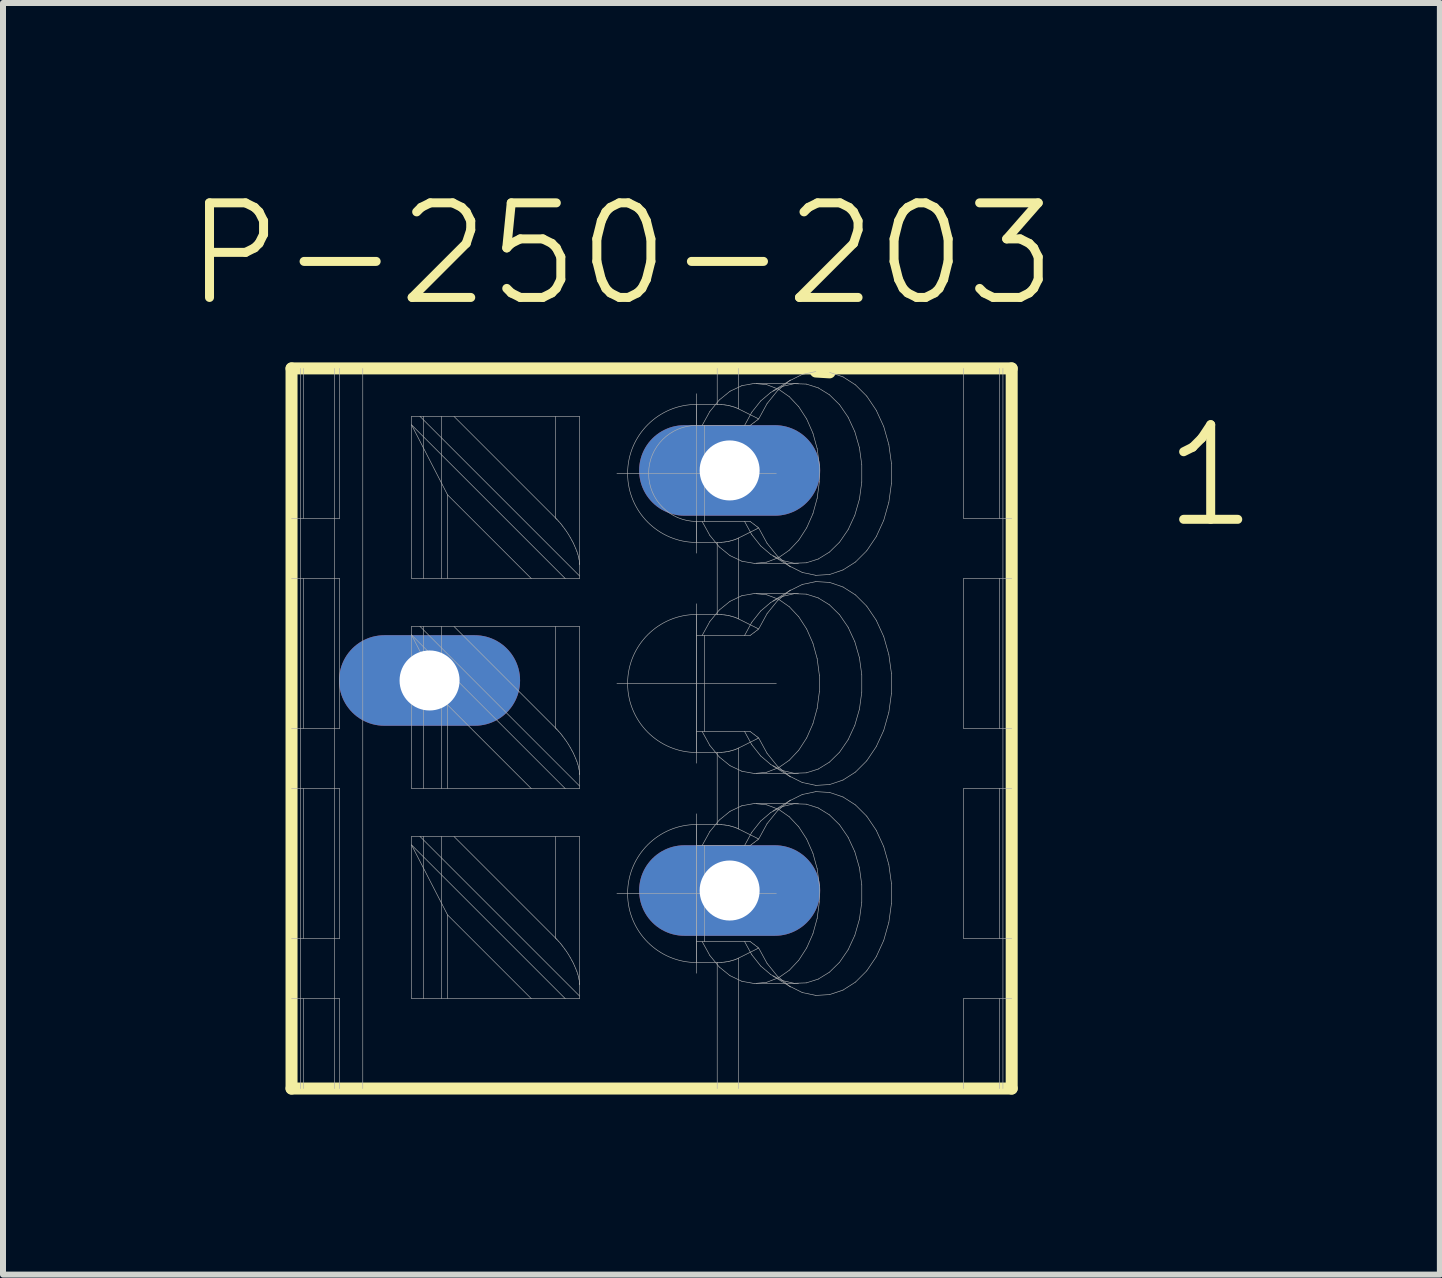
<source format=kicad_pcb>
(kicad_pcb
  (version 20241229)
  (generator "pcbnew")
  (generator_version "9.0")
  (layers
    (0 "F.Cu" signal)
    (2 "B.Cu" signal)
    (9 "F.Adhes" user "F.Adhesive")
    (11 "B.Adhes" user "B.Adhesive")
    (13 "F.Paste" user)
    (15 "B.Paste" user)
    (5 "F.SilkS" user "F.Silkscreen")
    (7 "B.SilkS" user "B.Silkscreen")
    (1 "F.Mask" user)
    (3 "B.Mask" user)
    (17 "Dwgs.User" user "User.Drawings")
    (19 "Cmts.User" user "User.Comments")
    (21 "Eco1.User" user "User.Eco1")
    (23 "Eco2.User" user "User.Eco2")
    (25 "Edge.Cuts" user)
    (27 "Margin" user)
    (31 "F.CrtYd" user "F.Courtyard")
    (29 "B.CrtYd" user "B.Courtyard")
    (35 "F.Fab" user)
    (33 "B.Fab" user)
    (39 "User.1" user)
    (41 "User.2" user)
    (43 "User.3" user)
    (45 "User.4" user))
  (footprint "P-250-203"
    (layer "F.Cu")
    (at 7.808 9.089)
    (property "Reference" "P-250-203" (at -0.5 -7.904 0) (layer "F.SilkS") (effects (font (size 1.576 1.576) (thickness 0.15))))
    (attr through_hole)
    (fp_line (start -6 -6) (end -6 6) (stroke (width 0.2) (type solid)) (layer "F.SilkS"))
    (fp_line (start -6 6) (end 6 6) (stroke (width 0.2) (type solid)) (layer "F.SilkS"))
    (fp_line (start 2.737 -5.948) (end 2.966 -5.934) (stroke (width 0.2) (type solid)) (layer "F.SilkS"))
    (fp_line (start 6 -6) (end -6 -6) (stroke (width 0.2) (type solid)) (layer "F.SilkS"))
    (fp_line (start 6 -6) (end 6 6) (stroke (width 0.2) (type solid)) (layer "F.SilkS"))
    (fp_line (start -6 -3.5) (end -5.2 -3.5) (stroke (width 0.01) (type solid)) (layer "F.Fab"))
    (fp_line (start -6 0) (end -5.2 0) (stroke (width 0.01) (type solid)) (layer "F.Fab"))
    (fp_line (start -6 3.5) (end -5.2 3.5) (stroke (width 0.01) (type solid)) (layer "F.Fab"))
    (fp_line (start -5.85 -6) (end -5.85 6) (stroke (width 0.01) (type solid)) (layer "F.Fab"))
    (fp_line (start -5.8 -6) (end -5.8 -3.5) (stroke (width 0.01) (type solid)) (layer "F.Fab"))
    (fp_line (start -5.8 -2.5) (end -5.8 0) (stroke (width 0.01) (type solid)) (layer "F.Fab"))
    (fp_line (start -5.8 1) (end -5.8 3.5) (stroke (width 0.01) (type solid)) (layer "F.Fab"))
    (fp_line (start -5.8 4.5) (end -5.8 6) (stroke (width 0.01) (type solid)) (layer "F.Fab"))
    (fp_line (start -5.283 -6) (end -5.283 6) (stroke (width 0.01) (type solid)) (layer "F.Fab"))
    (fp_line (start -5.2 -6) (end -5.2 -3.5) (stroke (width 0.01) (type solid)) (layer "F.Fab"))
    (fp_line (start -5.2 -2.5) (end -6 -2.5) (stroke (width 0.01) (type solid)) (layer "F.Fab"))
    (fp_line (start -5.2 -2.5) (end -5.2 0) (stroke (width 0.01) (type solid)) (layer "F.Fab"))
    (fp_line (start -5.2 1) (end -6 1) (stroke (width 0.01) (type solid)) (layer "F.Fab"))
    (fp_line (start -5.2 1) (end -5.2 3.5) (stroke (width 0.01) (type solid)) (layer "F.Fab"))
    (fp_line (start -5.2 4.5) (end -6 4.5) (stroke (width 0.01) (type solid)) (layer "F.Fab"))
    (fp_line (start -5.2 4.5) (end -5.2 6) (stroke (width 0.01) (type solid)) (layer "F.Fab"))
    (fp_line (start -4.813 -6) (end -4.813 6) (stroke (width 0.01) (type solid)) (layer "F.Fab"))
    (fp_line (start -4 -5.2) (end -3.859 -5.2) (stroke (width 0.01) (type solid)) (layer "F.Fab"))
    (fp_line (start -4 -5.059) (end -4 -5.2) (stroke (width 0.01) (type solid)) (layer "F.Fab"))
    (fp_line (start -4 -5.059) (end -1.441 -2.5) (stroke (width 0.01) (type solid)) (layer "F.Fab"))
    (fp_line (start -4 -2.5) (end -4 -5.059) (stroke (width 0.01) (type solid)) (layer "F.Fab"))
    (fp_line (start -4 -1.7) (end -3.859 -1.7) (stroke (width 0.01) (type solid)) (layer "F.Fab"))
    (fp_line (start -4 -1.559) (end -4 -1.7) (stroke (width 0.01) (type solid)) (layer "F.Fab"))
    (fp_line (start -4 -1.559) (end -1.441 1) (stroke (width 0.01) (type solid)) (layer "F.Fab"))
    (fp_line (start -4 1) (end -4 -1.559) (stroke (width 0.01) (type solid)) (layer "F.Fab"))
    (fp_line (start -4 1.8) (end -3.859 1.8) (stroke (width 0.01) (type solid)) (layer "F.Fab"))
    (fp_line (start -4 1.941) (end -4 1.8) (stroke (width 0.01) (type solid)) (layer "F.Fab"))
    (fp_line (start -4 1.941) (end -1.441 4.5) (stroke (width 0.01) (type solid)) (layer "F.Fab"))
    (fp_line (start -4 4.5) (end -4 1.941) (stroke (width 0.01) (type solid)) (layer "F.Fab"))
    (fp_line (start -3.9 -1.125) (end -3.9 -0.375) (stroke (width 0.01) (type solid)) (layer "F.Fab"))
    (fp_line (start -3.859 -5.2) (end -1.2 -5.2) (stroke (width 0.01) (type solid)) (layer "F.Fab"))
    (fp_line (start -3.859 -5.2) (end -1.2 -2.541) (stroke (width 0.01) (type solid)) (layer "F.Fab"))
    (fp_line (start -3.859 -1.7) (end -1.2 -1.7) (stroke (width 0.01) (type solid)) (layer "F.Fab"))
    (fp_line (start -3.859 -1.7) (end -1.2 0.959) (stroke (width 0.01) (type solid)) (layer "F.Fab"))
    (fp_line (start -3.859 1.8) (end -1.2 1.8) (stroke (width 0.01) (type solid)) (layer "F.Fab"))
    (fp_line (start -3.859 1.8) (end -1.2 4.459) (stroke (width 0.01) (type solid)) (layer "F.Fab"))
    (fp_line (start -3.8 -2.5) (end -3.8 -5.2) (stroke (width 0.01) (type solid)) (layer "F.Fab"))
    (fp_line (start -3.8 1) (end -3.8 -1.7) (stroke (width 0.01) (type solid)) (layer "F.Fab"))
    (fp_line (start -3.8 4.5) (end -3.8 1.8) (stroke (width 0.01) (type solid)) (layer "F.Fab"))
    (fp_line (start -3.5 -2.5) (end -3.5 -5.2) (stroke (width 0.01) (type solid)) (layer "F.Fab"))
    (fp_line (start -3.5 -1.125) (end -3.9 -1.125) (stroke (width 0.01) (type solid)) (layer "F.Fab"))
    (fp_line (start -3.5 -0.375) (end -3.9 -0.375) (stroke (width 0.01) (type solid)) (layer "F.Fab"))
    (fp_line (start -3.5 1) (end -3.5 -1.7) (stroke (width 0.01) (type solid)) (layer "F.Fab"))
    (fp_line (start -3.5 4.5) (end -3.5 1.8) (stroke (width 0.01) (type solid)) (layer "F.Fab"))
    (fp_line (start -3.4 -3.893) (end -4 -5.059) (stroke (width 0.01) (type solid)) (layer "F.Fab"))
    (fp_line (start -3.4 -2.5) (end -3.4 -3.893) (stroke (width 0.01) (type solid)) (layer "F.Fab"))
    (fp_line (start -3.4 -0.393) (end -4 -1.559) (stroke (width 0.01) (type solid)) (layer "F.Fab"))
    (fp_line (start -3.4 1) (end -3.4 -0.393) (stroke (width 0.01) (type solid)) (layer "F.Fab"))
    (fp_line (start -3.4 3.107) (end -4 1.941) (stroke (width 0.01) (type solid)) (layer "F.Fab"))
    (fp_line (start -3.4 4.5) (end -3.4 3.107) (stroke (width 0.01) (type solid)) (layer "F.Fab"))
    (fp_line (start -3.293 -5.2) (end -1.6 -3.507) (stroke (width 0.01) (type solid)) (layer "F.Fab"))
    (fp_line (start -3.293 -1.7) (end -1.6 -0.007) (stroke (width 0.01) (type solid)) (layer "F.Fab"))
    (fp_line (start -3.293 1.8) (end -1.6 3.493) (stroke (width 0.01) (type solid)) (layer "F.Fab"))
    (fp_line (start -2.007 -2.5) (end -4 -2.5) (stroke (width 0.01) (type solid)) (layer "F.Fab"))
    (fp_line (start -2.007 -2.5) (end -3.4 -3.893) (stroke (width 0.01) (type solid)) (layer "F.Fab"))
    (fp_line (start -2.007 1) (end -4 1) (stroke (width 0.01) (type solid)) (layer "F.Fab"))
    (fp_line (start -2.007 1) (end -3.4 -0.393) (stroke (width 0.01) (type solid)) (layer "F.Fab"))
    (fp_line (start -2.007 4.5) (end -4 4.5) (stroke (width 0.01) (type solid)) (layer "F.Fab"))
    (fp_line (start -2.007 4.5) (end -3.4 3.107) (stroke (width 0.01) (type solid)) (layer "F.Fab"))
    (fp_line (start -1.6 -3.507) (end -1.6 -5.2) (stroke (width 0.01) (type solid)) (layer "F.Fab"))
    (fp_line (start -1.6 -0.007) (end -1.6 -1.7) (stroke (width 0.01) (type solid)) (layer "F.Fab"))
    (fp_line (start -1.6 3.493) (end -1.6 1.8) (stroke (width 0.01) (type solid)) (layer "F.Fab"))
    (fp_line (start -1.597 -3.504) (end -1.6 -3.507) (stroke (width 0.01) (type solid)) (layer "F.Fab"))
    (fp_line (start -1.597 -0.004) (end -1.6 -0.007) (stroke (width 0.01) (type solid)) (layer "F.Fab"))
    (fp_line (start -1.597 3.496) (end -1.6 3.493) (stroke (width 0.01) (type solid)) (layer "F.Fab"))
    (fp_line (start -1.591 -3.498) (end -1.597 -3.504) (stroke (width 0.01) (type solid)) (layer "F.Fab"))
    (fp_line (start -1.591 0.002) (end -1.597 -0.004) (stroke (width 0.01) (type solid)) (layer "F.Fab"))
    (fp_line (start -1.591 3.502) (end -1.597 3.496) (stroke (width 0.01) (type solid)) (layer "F.Fab"))
    (fp_line (start -1.583 -3.489) (end -1.591 -3.498) (stroke (width 0.01) (type solid)) (layer "F.Fab"))
    (fp_line (start -1.583 0.011) (end -1.591 0.002) (stroke (width 0.01) (type solid)) (layer "F.Fab"))
    (fp_line (start -1.583 3.511) (end -1.591 3.502) (stroke (width 0.01) (type solid)) (layer "F.Fab"))
    (fp_line (start -1.58 -3.486) (end -1.583 -3.489) (stroke (width 0.01) (type solid)) (layer "F.Fab"))
    (fp_line (start -1.58 0.014) (end -1.583 0.011) (stroke (width 0.01) (type solid)) (layer "F.Fab"))
    (fp_line (start -1.58 3.514) (end -1.583 3.511) (stroke (width 0.01) (type solid)) (layer "F.Fab"))
    (fp_line (start -1.568 -3.474) (end -1.58 -3.486) (stroke (width 0.01) (type solid)) (layer "F.Fab"))
    (fp_line (start -1.568 0.026) (end -1.58 0.014) (stroke (width 0.01) (type solid)) (layer "F.Fab"))
    (fp_line (start -1.568 3.526) (end -1.58 3.514) (stroke (width 0.01) (type solid)) (layer "F.Fab"))
    (fp_line (start -1.548 -3.452) (end -1.568 -3.474) (stroke (width 0.01) (type solid)) (layer "F.Fab"))
    (fp_line (start -1.548 0.048) (end -1.568 0.026) (stroke (width 0.01) (type solid)) (layer "F.Fab"))
    (fp_line (start -1.548 3.548) (end -1.568 3.526) (stroke (width 0.01) (type solid)) (layer "F.Fab"))
    (fp_line (start -1.513 -3.412) (end -1.548 -3.452) (stroke (width 0.01) (type solid)) (layer "F.Fab"))
    (fp_line (start -1.513 0.088) (end -1.548 0.048) (stroke (width 0.01) (type solid)) (layer "F.Fab"))
    (fp_line (start -1.513 3.588) (end -1.548 3.548) (stroke (width 0.01) (type solid)) (layer "F.Fab"))
    (fp_line (start -1.496 -3.391) (end -1.513 -3.412) (stroke (width 0.01) (type solid)) (layer "F.Fab"))
    (fp_line (start -1.496 0.109) (end -1.513 0.088) (stroke (width 0.01) (type solid)) (layer "F.Fab"))
    (fp_line (start -1.496 3.609) (end -1.513 3.588) (stroke (width 0.01) (type solid)) (layer "F.Fab"))
    (fp_line (start -1.48 -3.369) (end -1.496 -3.391) (stroke (width 0.01) (type solid)) (layer "F.Fab"))
    (fp_line (start -1.48 0.131) (end -1.496 0.109) (stroke (width 0.01) (type solid)) (layer "F.Fab"))
    (fp_line (start -1.48 3.631) (end -1.496 3.609) (stroke (width 0.01) (type solid)) (layer "F.Fab"))
    (fp_line (start -1.447 -3.325) (end -1.48 -3.369) (stroke (width 0.01) (type solid)) (layer "F.Fab"))
    (fp_line (start -1.447 0.175) (end -1.48 0.131) (stroke (width 0.01) (type solid)) (layer "F.Fab"))
    (fp_line (start -1.447 3.675) (end -1.48 3.631) (stroke (width 0.01) (type solid)) (layer "F.Fab"))
    (fp_line (start -1.441 -2.5) (end -2.007 -2.5) (stroke (width 0.01) (type solid)) (layer "F.Fab"))
    (fp_line (start -1.441 1) (end -2.007 1) (stroke (width 0.01) (type solid)) (layer "F.Fab"))
    (fp_line (start -1.441 4.5) (end -2.007 4.5) (stroke (width 0.01) (type solid)) (layer "F.Fab"))
    (fp_line (start -1.415 -3.28) (end -1.447 -3.325) (stroke (width 0.01) (type solid)) (layer "F.Fab"))
    (fp_line (start -1.415 0.22) (end -1.447 0.175) (stroke (width 0.01) (type solid)) (layer "F.Fab"))
    (fp_line (start -1.415 3.72) (end -1.447 3.675) (stroke (width 0.01) (type solid)) (layer "F.Fab"))
    (fp_line (start -1.385 -3.233) (end -1.415 -3.28) (stroke (width 0.01) (type solid)) (layer "F.Fab"))
    (fp_line (start -1.385 0.267) (end -1.415 0.22) (stroke (width 0.01) (type solid)) (layer "F.Fab"))
    (fp_line (start -1.385 3.767) (end -1.415 3.72) (stroke (width 0.01) (type solid)) (layer "F.Fab"))
    (fp_line (start -1.357 -3.186) (end -1.385 -3.233) (stroke (width 0.01) (type solid)) (layer "F.Fab"))
    (fp_line (start -1.357 0.314) (end -1.385 0.267) (stroke (width 0.01) (type solid)) (layer "F.Fab"))
    (fp_line (start -1.357 3.814) (end -1.385 3.767) (stroke (width 0.01) (type solid)) (layer "F.Fab"))
    (fp_line (start -1.33 -3.138) (end -1.357 -3.186) (stroke (width 0.01) (type solid)) (layer "F.Fab"))
    (fp_line (start -1.33 0.362) (end -1.357 0.314) (stroke (width 0.01) (type solid)) (layer "F.Fab"))
    (fp_line (start -1.33 3.862) (end -1.357 3.814) (stroke (width 0.01) (type solid)) (layer "F.Fab"))
    (fp_line (start -1.317 -3.114) (end -1.33 -3.138) (stroke (width 0.01) (type solid)) (layer "F.Fab"))
    (fp_line (start -1.317 0.386) (end -1.33 0.362) (stroke (width 0.01) (type solid)) (layer "F.Fab"))
    (fp_line (start -1.317 3.886) (end -1.33 3.862) (stroke (width 0.01) (type solid)) (layer "F.Fab"))
    (fp_line (start -1.305 -3.09) (end -1.317 -3.114) (stroke (width 0.01) (type solid)) (layer "F.Fab"))
    (fp_line (start -1.305 0.41) (end -1.317 0.386) (stroke (width 0.01) (type solid)) (layer "F.Fab"))
    (fp_line (start -1.305 3.91) (end -1.317 3.886) (stroke (width 0.01) (type solid)) (layer "F.Fab"))
    (fp_line (start -1.283 -3.042) (end -1.305 -3.09) (stroke (width 0.01) (type solid)) (layer "F.Fab"))
    (fp_line (start -1.283 0.458) (end -1.305 0.41) (stroke (width 0.01) (type solid)) (layer "F.Fab"))
    (fp_line (start -1.283 3.958) (end -1.305 3.91) (stroke (width 0.01) (type solid)) (layer "F.Fab"))
    (fp_line (start -1.263 -2.995) (end -1.283 -3.042) (stroke (width 0.01) (type solid)) (layer "F.Fab"))
    (fp_line (start -1.263 0.505) (end -1.283 0.458) (stroke (width 0.01) (type solid)) (layer "F.Fab"))
    (fp_line (start -1.263 4.005) (end -1.283 3.958) (stroke (width 0.01) (type solid)) (layer "F.Fab"))
    (fp_line (start -1.245 -2.949) (end -1.263 -2.995) (stroke (width 0.01) (type solid)) (layer "F.Fab"))
    (fp_line (start -1.245 0.551) (end -1.263 0.505) (stroke (width 0.01) (type solid)) (layer "F.Fab"))
    (fp_line (start -1.245 4.051) (end -1.263 4.005) (stroke (width 0.01) (type solid)) (layer "F.Fab"))
    (fp_line (start -1.23 -2.905) (end -1.245 -2.949) (stroke (width 0.01) (type solid)) (layer "F.Fab"))
    (fp_line (start -1.23 0.595) (end -1.245 0.551) (stroke (width 0.01) (type solid)) (layer "F.Fab"))
    (fp_line (start -1.23 4.095) (end -1.245 4.051) (stroke (width 0.01) (type solid)) (layer "F.Fab"))
    (fp_line (start -1.218 -2.862) (end -1.23 -2.905) (stroke (width 0.01) (type solid)) (layer "F.Fab"))
    (fp_line (start -1.218 0.638) (end -1.23 0.595) (stroke (width 0.01) (type solid)) (layer "F.Fab"))
    (fp_line (start -1.218 4.138) (end -1.23 4.095) (stroke (width 0.01) (type solid)) (layer "F.Fab"))
    (fp_line (start -1.214 -2.841) (end -1.218 -2.862) (stroke (width 0.01) (type solid)) (layer "F.Fab"))
    (fp_line (start -1.214 0.659) (end -1.218 0.638) (stroke (width 0.01) (type solid)) (layer "F.Fab"))
    (fp_line (start -1.214 4.159) (end -1.218 4.138) (stroke (width 0.01) (type solid)) (layer "F.Fab"))
    (fp_line (start -1.21 -2.821) (end -1.214 -2.841) (stroke (width 0.01) (type solid)) (layer "F.Fab"))
    (fp_line (start -1.21 0.679) (end -1.214 0.659) (stroke (width 0.01) (type solid)) (layer "F.Fab"))
    (fp_line (start -1.21 4.179) (end -1.214 4.159) (stroke (width 0.01) (type solid)) (layer "F.Fab"))
    (fp_line (start -1.203 -2.783) (end -1.21 -2.821) (stroke (width 0.01) (type solid)) (layer "F.Fab"))
    (fp_line (start -1.203 0.717) (end -1.21 0.679) (stroke (width 0.01) (type solid)) (layer "F.Fab"))
    (fp_line (start -1.203 4.217) (end -1.21 4.179) (stroke (width 0.01) (type solid)) (layer "F.Fab"))
    (fp_line (start -1.201 -2.761) (end -1.203 -2.783) (stroke (width 0.01) (type solid)) (layer "F.Fab"))
    (fp_line (start -1.201 0.739) (end -1.203 0.717) (stroke (width 0.01) (type solid)) (layer "F.Fab"))
    (fp_line (start -1.201 4.239) (end -1.203 4.217) (stroke (width 0.01) (type solid)) (layer "F.Fab"))
    (fp_line (start -1.201 -2.756) (end -1.201 -2.761) (stroke (width 0.01) (type solid)) (layer "F.Fab"))
    (fp_line (start -1.201 0.745) (end -1.201 0.739) (stroke (width 0.01) (type solid)) (layer "F.Fab"))
    (fp_line (start -1.201 4.245) (end -1.201 4.239) (stroke (width 0.01) (type solid)) (layer "F.Fab"))
    (fp_line (start -1.2 -2.75) (end -1.201 -2.756) (stroke (width 0.01) (type solid)) (layer "F.Fab"))
    (fp_line (start -1.2 0.75) (end -1.201 0.745) (stroke (width 0.01) (type solid)) (layer "F.Fab"))
    (fp_line (start -1.2 4.25) (end -1.201 4.245) (stroke (width 0.01) (type solid)) (layer "F.Fab"))
    (fp_line (start -1.2 -2.747) (end -1.2 -2.75) (stroke (width 0.01) (type solid)) (layer "F.Fab"))
    (fp_line (start -1.2 0.753) (end -1.2 0.75) (stroke (width 0.01) (type solid)) (layer "F.Fab"))
    (fp_line (start -1.2 4.253) (end -1.2 4.25) (stroke (width 0.01) (type solid)) (layer "F.Fab"))
    (fp_line (start -1.2 -2.744) (end -1.2 -2.747) (stroke (width 0.01) (type solid)) (layer "F.Fab"))
    (fp_line (start -1.2 0.756) (end -1.2 0.753) (stroke (width 0.01) (type solid)) (layer "F.Fab"))
    (fp_line (start -1.2 4.256) (end -1.2 4.253) (stroke (width 0.01) (type solid)) (layer "F.Fab"))
    (fp_line (start -1.2 -2.738) (end -1.2 -2.744) (stroke (width 0.01) (type solid)) (layer "F.Fab"))
    (fp_line (start -1.2 0.762) (end -1.2 0.756) (stroke (width 0.01) (type solid)) (layer "F.Fab"))
    (fp_line (start -1.2 4.262) (end -1.2 4.256) (stroke (width 0.01) (type solid)) (layer "F.Fab"))
    (fp_line (start -1.2 -5.2) (end -1.2 -2.5) (stroke (width 0.01) (type solid)) (layer "F.Fab"))
    (fp_line (start -1.2 -2.733) (end -1.2 -2.738) (stroke (width 0.01) (type solid)) (layer "F.Fab"))
    (fp_line (start -1.2 -2.73) (end -1.2 -2.733) (stroke (width 0.01) (type solid)) (layer "F.Fab"))
    (fp_line (start -1.2 -2.5) (end -1.441 -2.5) (stroke (width 0.01) (type solid)) (layer "F.Fab"))
    (fp_line (start -1.2 -1.7) (end -1.2 1) (stroke (width 0.01) (type solid)) (layer "F.Fab"))
    (fp_line (start -1.2 0.767) (end -1.2 0.762) (stroke (width 0.01) (type solid)) (layer "F.Fab"))
    (fp_line (start -1.2 0.77) (end -1.2 0.767) (stroke (width 0.01) (type solid)) (layer "F.Fab"))
    (fp_line (start -1.2 1) (end -1.441 1) (stroke (width 0.01) (type solid)) (layer "F.Fab"))
    (fp_line (start -1.2 1.8) (end -1.2 4.5) (stroke (width 0.01) (type solid)) (layer "F.Fab"))
    (fp_line (start -1.2 4.267) (end -1.2 4.262) (stroke (width 0.01) (type solid)) (layer "F.Fab"))
    (fp_line (start -1.2 4.27) (end -1.2 4.267) (stroke (width 0.01) (type solid)) (layer "F.Fab"))
    (fp_line (start -1.2 4.5) (end -1.441 4.5) (stroke (width 0.01) (type solid)) (layer "F.Fab"))
    (fp_line (start -0.578 -4.25) (end 2.078 -4.25) (stroke (width 0.01) (type solid)) (layer "F.Fab"))
    (fp_line (start -0.578 -0.75) (end 2.078 -0.75) (stroke (width 0.01) (type solid)) (layer "F.Fab"))
    (fp_line (start -0.578 2.75) (end 2.078 2.75) (stroke (width 0.01) (type solid)) (layer "F.Fab"))
    (fp_line (start 0.75 -5.4) (end 0.75 -5.05) (stroke (width 0.01) (type solid)) (layer "F.Fab"))
    (fp_line (start 0.75 -5.4) (end 1.093 -5.4) (stroke (width 0.01) (type solid)) (layer "F.Fab"))
    (fp_line (start 0.75 -5.05) (end 1.549 -5.05) (stroke (width 0.01) (type solid)) (layer "F.Fab"))
    (fp_line (start 0.75 -3.45) (end 1.549 -3.45) (stroke (width 0.01) (type solid)) (layer "F.Fab"))
    (fp_line (start 0.75 -3.1) (end 0.75 -3.45) (stroke (width 0.01) (type solid)) (layer "F.Fab"))
    (fp_line (start 0.75 -2.922) (end 0.75 -5.578) (stroke (width 0.01) (type solid)) (layer "F.Fab"))
    (fp_line (start 0.75 -1.9) (end 0.75 -1.55) (stroke (width 0.01) (type solid)) (layer "F.Fab"))
    (fp_line (start 0.75 -1.9) (end 1.093 -1.9) (stroke (width 0.01) (type solid)) (layer "F.Fab"))
    (fp_line (start 0.75 -1.55) (end 0.75 0.05) (stroke (width 0.01) (type solid)) (layer "F.Fab"))
    (fp_line (start 0.75 0.05) (end 0.75 0.4) (stroke (width 0.01) (type solid)) (layer "F.Fab"))
    (fp_line (start 0.75 0.05) (end 1.549 0.05) (stroke (width 0.01) (type solid)) (layer "F.Fab"))
    (fp_line (start 0.75 0.578) (end 0.75 -2.078) (stroke (width 0.01) (type solid)) (layer "F.Fab"))
    (fp_line (start 0.75 1.6) (end 0.75 1.95) (stroke (width 0.01) (type solid)) (layer "F.Fab"))
    (fp_line (start 0.75 1.6) (end 1.093 1.6) (stroke (width 0.01) (type solid)) (layer "F.Fab"))
    (fp_line (start 0.75 1.95) (end 0.75 3.55) (stroke (width 0.01) (type solid)) (layer "F.Fab"))
    (fp_line (start 0.75 3.55) (end 0.75 3.9) (stroke (width 0.01) (type solid)) (layer "F.Fab"))
    (fp_line (start 0.75 3.55) (end 1.549 3.55) (stroke (width 0.01) (type solid)) (layer "F.Fab"))
    (fp_line (start 0.75 4.078) (end 0.75 1.422) (stroke (width 0.01) (type solid)) (layer "F.Fab"))
    (fp_line (start 0.842 -5.05) (end 0.97 -5.282) (stroke (width 0.01) (type solid)) (layer "F.Fab"))
    (fp_line (start 0.842 -1.55) (end 0.97 -1.782) (stroke (width 0.01) (type solid)) (layer "F.Fab"))
    (fp_line (start 0.842 1.95) (end 0.97 1.718) (stroke (width 0.01) (type solid)) (layer "F.Fab"))
    (fp_line (start 0.879 -5.05) (end 0.879 -3.45) (stroke (width 0.01) (type solid)) (layer "F.Fab"))
    (fp_line (start 0.879 -1.55) (end 0.879 0.05) (stroke (width 0.01) (type solid)) (layer "F.Fab"))
    (fp_line (start 0.879 1.95) (end 0.879 3.55) (stroke (width 0.01) (type solid)) (layer "F.Fab"))
    (fp_line (start 0.97 -5.282) (end 1.127 -5.474) (stroke (width 0.01) (type solid)) (layer "F.Fab"))
    (fp_line (start 0.97 -3.218) (end 0.842 -3.45) (stroke (width 0.01) (type solid)) (layer "F.Fab"))
    (fp_line (start 0.97 -1.782) (end 1.127 -1.974) (stroke (width 0.01) (type solid)) (layer "F.Fab"))
    (fp_line (start 0.97 0.282) (end 0.842 0.05) (stroke (width 0.01) (type solid)) (layer "F.Fab"))
    (fp_line (start 0.97 1.718) (end 1.127 1.526) (stroke (width 0.01) (type solid)) (layer "F.Fab"))
    (fp_line (start 0.97 3.782) (end 0.842 3.55) (stroke (width 0.01) (type solid)) (layer "F.Fab"))
    (fp_line (start 1.093 -6) (end 1.093 -5.4) (stroke (width 0.01) (type solid)) (layer "F.Fab"))
    (fp_line (start 1.093 -3.1) (end 0.75 -3.1) (stroke (width 0.01) (type solid)) (layer "F.Fab"))
    (fp_line (start 1.093 -3.1) (end 1.093 -1.9) (stroke (width 0.01) (type solid)) (layer "F.Fab"))
    (fp_line (start 1.093 -3.1) (end 1.104 -3.1) (stroke (width 0.01) (type solid)) (layer "F.Fab"))
    (fp_line (start 1.093 0.4) (end 0.75 0.4) (stroke (width 0.01) (type solid)) (layer "F.Fab"))
    (fp_line (start 1.093 0.4) (end 1.093 1.6) (stroke (width 0.01) (type solid)) (layer "F.Fab"))
    (fp_line (start 1.093 0.4) (end 1.104 0.4) (stroke (width 0.01) (type solid)) (layer "F.Fab"))
    (fp_line (start 1.093 3.9) (end 0.75 3.9) (stroke (width 0.01) (type solid)) (layer "F.Fab"))
    (fp_line (start 1.093 3.9) (end 1.093 6) (stroke (width 0.01) (type solid)) (layer "F.Fab"))
    (fp_line (start 1.093 3.9) (end 1.104 3.9) (stroke (width 0.01) (type solid)) (layer "F.Fab"))
    (fp_line (start 1.1 -4.625) (end 1.1 -3.875) (stroke (width 0.01) (type solid)) (layer "F.Fab"))
    (fp_line (start 1.1 -3.875) (end 1.5 -3.875) (stroke (width 0.01) (type solid)) (layer "F.Fab"))
    (fp_line (start 1.1 2.375) (end 1.1 3.125) (stroke (width 0.01) (type solid)) (layer "F.Fab"))
    (fp_line (start 1.1 3.125) (end 1.5 3.125) (stroke (width 0.01) (type solid)) (layer "F.Fab"))
    (fp_line (start 1.104 -5.4) (end 1.093 -5.4) (stroke (width 0.01) (type solid)) (layer "F.Fab"))
    (fp_line (start 1.104 -3.1) (end 1.126 -3.1) (stroke (width 0.01) (type solid)) (layer "F.Fab"))
    (fp_line (start 1.104 -1.9) (end 1.093 -1.9) (stroke (width 0.01) (type solid)) (layer "F.Fab"))
    (fp_line (start 1.104 0.4) (end 1.126 0.4) (stroke (width 0.01) (type solid)) (layer "F.Fab"))
    (fp_line (start 1.104 1.6) (end 1.093 1.6) (stroke (width 0.01) (type solid)) (layer "F.Fab"))
    (fp_line (start 1.104 3.9) (end 1.126 3.9) (stroke (width 0.01) (type solid)) (layer "F.Fab"))
    (fp_line (start 1.126 -5.399) (end 1.104 -5.4) (stroke (width 0.01) (type solid)) (layer "F.Fab"))
    (fp_line (start 1.126 -3.1) (end 1.147 -3.102) (stroke (width 0.01) (type solid)) (layer "F.Fab"))
    (fp_line (start 1.126 -1.899) (end 1.104 -1.9) (stroke (width 0.01) (type solid)) (layer "F.Fab"))
    (fp_line (start 1.126 0.4) (end 1.147 0.399) (stroke (width 0.01) (type solid)) (layer "F.Fab"))
    (fp_line (start 1.126 1.601) (end 1.104 1.6) (stroke (width 0.01) (type solid)) (layer "F.Fab"))
    (fp_line (start 1.126 3.9) (end 1.147 3.898) (stroke (width 0.01) (type solid)) (layer "F.Fab"))
    (fp_line (start 1.127 -5.474) (end 1.307 -5.62) (stroke (width 0.01) (type solid)) (layer "F.Fab"))
    (fp_line (start 1.127 -3.026) (end 0.97 -3.218) (stroke (width 0.01) (type solid)) (layer "F.Fab"))
    (fp_line (start 1.127 -1.974) (end 1.307 -2.12) (stroke (width 0.01) (type solid)) (layer "F.Fab"))
    (fp_line (start 1.127 0.474) (end 0.97 0.282) (stroke (width 0.01) (type solid)) (layer "F.Fab"))
    (fp_line (start 1.127 1.526) (end 1.307 1.38) (stroke (width 0.01) (type solid)) (layer "F.Fab"))
    (fp_line (start 1.127 3.974) (end 0.97 3.782) (stroke (width 0.01) (type solid)) (layer "F.Fab"))
    (fp_line (start 1.147 -5.399) (end 1.126 -5.399) (stroke (width 0.01) (type solid)) (layer "F.Fab"))
    (fp_line (start 1.147 -3.102) (end 1.158 -3.102) (stroke (width 0.01) (type solid)) (layer "F.Fab"))
    (fp_line (start 1.147 -1.899) (end 1.126 -1.899) (stroke (width 0.01) (type solid)) (layer "F.Fab"))
    (fp_line (start 1.147 0.399) (end 1.158 0.398) (stroke (width 0.01) (type solid)) (layer "F.Fab"))
    (fp_line (start 1.147 1.601) (end 1.126 1.601) (stroke (width 0.01) (type solid)) (layer "F.Fab"))
    (fp_line (start 1.147 3.898) (end 1.158 3.898) (stroke (width 0.01) (type solid)) (layer "F.Fab"))
    (fp_line (start 1.158 -5.398) (end 1.147 -5.399) (stroke (width 0.01) (type solid)) (layer "F.Fab"))
    (fp_line (start 1.158 -3.102) (end 1.169 -3.103) (stroke (width 0.01) (type solid)) (layer "F.Fab"))
    (fp_line (start 1.158 -1.898) (end 1.147 -1.899) (stroke (width 0.01) (type solid)) (layer "F.Fab"))
    (fp_line (start 1.158 0.398) (end 1.169 0.397) (stroke (width 0.01) (type solid)) (layer "F.Fab"))
    (fp_line (start 1.158 1.602) (end 1.147 1.601) (stroke (width 0.01) (type solid)) (layer "F.Fab"))
    (fp_line (start 1.158 3.898) (end 1.169 3.897) (stroke (width 0.01) (type solid)) (layer "F.Fab"))
    (fp_line (start 1.169 -5.397) (end 1.158 -5.398) (stroke (width 0.01) (type solid)) (layer "F.Fab"))
    (fp_line (start 1.169 -3.103) (end 1.19 -3.105) (stroke (width 0.01) (type solid)) (layer "F.Fab"))
    (fp_line (start 1.169 -1.897) (end 1.158 -1.898) (stroke (width 0.01) (type solid)) (layer "F.Fab"))
    (fp_line (start 1.169 0.397) (end 1.19 0.395) (stroke (width 0.01) (type solid)) (layer "F.Fab"))
    (fp_line (start 1.169 1.603) (end 1.158 1.602) (stroke (width 0.01) (type solid)) (layer "F.Fab"))
    (fp_line (start 1.169 3.897) (end 1.19 3.895) (stroke (width 0.01) (type solid)) (layer "F.Fab"))
    (fp_line (start 1.19 -5.395) (end 1.169 -5.397) (stroke (width 0.01) (type solid)) (layer "F.Fab"))
    (fp_line (start 1.19 -3.105) (end 1.212 -3.107) (stroke (width 0.01) (type solid)) (layer "F.Fab"))
    (fp_line (start 1.19 -1.895) (end 1.169 -1.897) (stroke (width 0.01) (type solid)) (layer "F.Fab"))
    (fp_line (start 1.19 0.395) (end 1.212 0.393) (stroke (width 0.01) (type solid)) (layer "F.Fab"))
    (fp_line (start 1.19 1.605) (end 1.169 1.603) (stroke (width 0.01) (type solid)) (layer "F.Fab"))
    (fp_line (start 1.19 3.895) (end 1.212 3.893) (stroke (width 0.01) (type solid)) (layer "F.Fab"))
    (fp_line (start 1.212 -5.393) (end 1.19 -5.395) (stroke (width 0.01) (type solid)) (layer "F.Fab"))
    (fp_line (start 1.212 -3.107) (end 1.233 -3.11) (stroke (width 0.01) (type solid)) (layer "F.Fab"))
    (fp_line (start 1.212 -1.893) (end 1.19 -1.895) (stroke (width 0.01) (type solid)) (layer "F.Fab"))
    (fp_line (start 1.212 0.393) (end 1.233 0.39) (stroke (width 0.01) (type solid)) (layer "F.Fab"))
    (fp_line (start 1.212 1.607) (end 1.19 1.605) (stroke (width 0.01) (type solid)) (layer "F.Fab"))
    (fp_line (start 1.212 3.893) (end 1.233 3.89) (stroke (width 0.01) (type solid)) (layer "F.Fab"))
    (fp_line (start 1.233 -5.39) (end 1.212 -5.393) (stroke (width 0.01) (type solid)) (layer "F.Fab"))
    (fp_line (start 1.233 -3.11) (end 1.254 -3.113) (stroke (width 0.01) (type solid)) (layer "F.Fab"))
    (fp_line (start 1.233 -1.89) (end 1.212 -1.893) (stroke (width 0.01) (type solid)) (layer "F.Fab"))
    (fp_line (start 1.233 0.39) (end 1.254 0.387) (stroke (width 0.01) (type solid)) (layer "F.Fab"))
    (fp_line (start 1.233 1.61) (end 1.212 1.607) (stroke (width 0.01) (type solid)) (layer "F.Fab"))
    (fp_line (start 1.233 3.89) (end 1.254 3.887) (stroke (width 0.01) (type solid)) (layer "F.Fab"))
    (fp_line (start 1.254 -5.387) (end 1.233 -5.39) (stroke (width 0.01) (type solid)) (layer "F.Fab"))
    (fp_line (start 1.254 -3.113) (end 1.274 -3.117) (stroke (width 0.01) (type solid)) (layer "F.Fab"))
    (fp_line (start 1.254 -1.887) (end 1.233 -1.89) (stroke (width 0.01) (type solid)) (layer "F.Fab"))
    (fp_line (start 1.254 0.387) (end 1.274 0.383) (stroke (width 0.01) (type solid)) (layer "F.Fab"))
    (fp_line (start 1.254 1.613) (end 1.233 1.61) (stroke (width 0.01) (type solid)) (layer "F.Fab"))
    (fp_line (start 1.254 3.887) (end 1.274 3.883) (stroke (width 0.01) (type solid)) (layer "F.Fab"))
    (fp_line (start 1.274 -5.383) (end 1.254 -5.387) (stroke (width 0.01) (type solid)) (layer "F.Fab"))
    (fp_line (start 1.274 -3.117) (end 1.284 -3.119) (stroke (width 0.01) (type solid)) (layer "F.Fab"))
    (fp_line (start 1.274 -1.883) (end 1.254 -1.887) (stroke (width 0.01) (type solid)) (layer "F.Fab"))
    (fp_line (start 1.274 0.383) (end 1.284 0.381) (stroke (width 0.01) (type solid)) (layer "F.Fab"))
    (fp_line (start 1.274 1.617) (end 1.254 1.613) (stroke (width 0.01) (type solid)) (layer "F.Fab"))
    (fp_line (start 1.274 3.883) (end 1.284 3.881) (stroke (width 0.01) (type solid)) (layer "F.Fab"))
    (fp_line (start 1.284 -5.381) (end 1.274 -5.383) (stroke (width 0.01) (type solid)) (layer "F.Fab"))
    (fp_line (start 1.284 -3.119) (end 1.294 -3.121) (stroke (width 0.01) (type solid)) (layer "F.Fab"))
    (fp_line (start 1.284 -1.881) (end 1.274 -1.883) (stroke (width 0.01) (type solid)) (layer "F.Fab"))
    (fp_line (start 1.284 0.381) (end 1.294 0.379) (stroke (width 0.01) (type solid)) (layer "F.Fab"))
    (fp_line (start 1.284 1.619) (end 1.274 1.617) (stroke (width 0.01) (type solid)) (layer "F.Fab"))
    (fp_line (start 1.284 3.881) (end 1.294 3.879) (stroke (width 0.01) (type solid)) (layer "F.Fab"))
    (fp_line (start 1.294 -5.379) (end 1.284 -5.381) (stroke (width 0.01) (type solid)) (layer "F.Fab"))
    (fp_line (start 1.294 -3.121) (end 1.314 -3.126) (stroke (width 0.01) (type solid)) (layer "F.Fab"))
    (fp_line (start 1.294 -1.879) (end 1.284 -1.881) (stroke (width 0.01) (type solid)) (layer "F.Fab"))
    (fp_line (start 1.294 0.379) (end 1.314 0.374) (stroke (width 0.01) (type solid)) (layer "F.Fab"))
    (fp_line (start 1.294 1.621) (end 1.284 1.619) (stroke (width 0.01) (type solid)) (layer "F.Fab"))
    (fp_line (start 1.294 3.879) (end 1.314 3.874) (stroke (width 0.01) (type solid)) (layer "F.Fab"))
    (fp_line (start 1.307 -5.62) (end 1.505 -5.713) (stroke (width 0.01) (type solid)) (layer "F.Fab"))
    (fp_line (start 1.307 -2.88) (end 1.127 -3.026) (stroke (width 0.01) (type solid)) (layer "F.Fab"))
    (fp_line (start 1.307 -2.12) (end 1.505 -2.213) (stroke (width 0.01) (type solid)) (layer "F.Fab"))
    (fp_line (start 1.307 0.62) (end 1.127 0.474) (stroke (width 0.01) (type solid)) (layer "F.Fab"))
    (fp_line (start 1.307 1.38) (end 1.505 1.287) (stroke (width 0.01) (type solid)) (layer "F.Fab"))
    (fp_line (start 1.307 4.12) (end 1.127 3.974) (stroke (width 0.01) (type solid)) (layer "F.Fab"))
    (fp_line (start 1.314 -5.374) (end 1.294 -5.379) (stroke (width 0.01) (type solid)) (layer "F.Fab"))
    (fp_line (start 1.314 -3.126) (end 1.333 -3.131) (stroke (width 0.01) (type solid)) (layer "F.Fab"))
    (fp_line (start 1.314 -1.874) (end 1.294 -1.879) (stroke (width 0.01) (type solid)) (layer "F.Fab"))
    (fp_line (start 1.314 0.374) (end 1.333 0.369) (stroke (width 0.01) (type solid)) (layer "F.Fab"))
    (fp_line (start 1.314 1.626) (end 1.294 1.621) (stroke (width 0.01) (type solid)) (layer "F.Fab"))
    (fp_line (start 1.314 3.874) (end 1.333 3.869) (stroke (width 0.01) (type solid)) (layer "F.Fab"))
    (fp_line (start 1.333 -5.369) (end 1.314 -5.374) (stroke (width 0.01) (type solid)) (layer "F.Fab"))
    (fp_line (start 1.333 -3.131) (end 1.352 -3.136) (stroke (width 0.01) (type solid)) (layer "F.Fab"))
    (fp_line (start 1.333 -1.869) (end 1.314 -1.874) (stroke (width 0.01) (type solid)) (layer "F.Fab"))
    (fp_line (start 1.333 0.369) (end 1.352 0.364) (stroke (width 0.01) (type solid)) (layer "F.Fab"))
    (fp_line (start 1.333 1.631) (end 1.314 1.626) (stroke (width 0.01) (type solid)) (layer "F.Fab"))
    (fp_line (start 1.333 3.869) (end 1.352 3.864) (stroke (width 0.01) (type solid)) (layer "F.Fab"))
    (fp_line (start 1.352 -5.364) (end 1.333 -5.369) (stroke (width 0.01) (type solid)) (layer "F.Fab"))
    (fp_line (start 1.352 -3.136) (end 1.371 -3.142) (stroke (width 0.01) (type solid)) (layer "F.Fab"))
    (fp_line (start 1.352 -1.864) (end 1.333 -1.869) (stroke (width 0.01) (type solid)) (layer "F.Fab"))
    (fp_line (start 1.352 0.364) (end 1.371 0.358) (stroke (width 0.01) (type solid)) (layer "F.Fab"))
    (fp_line (start 1.352 1.636) (end 1.333 1.631) (stroke (width 0.01) (type solid)) (layer "F.Fab"))
    (fp_line (start 1.352 3.864) (end 1.371 3.858) (stroke (width 0.01) (type solid)) (layer "F.Fab"))
    (fp_line (start 1.371 -5.358) (end 1.352 -5.364) (stroke (width 0.01) (type solid)) (layer "F.Fab"))
    (fp_line (start 1.371 -3.142) (end 1.389 -3.148) (stroke (width 0.01) (type solid)) (layer "F.Fab"))
    (fp_line (start 1.371 -1.858) (end 1.352 -1.864) (stroke (width 0.01) (type solid)) (layer "F.Fab"))
    (fp_line (start 1.371 0.358) (end 1.389 0.352) (stroke (width 0.01) (type solid)) (layer "F.Fab"))
    (fp_line (start 1.371 1.642) (end 1.352 1.636) (stroke (width 0.01) (type solid)) (layer "F.Fab"))
    (fp_line (start 1.371 3.858) (end 1.389 3.852) (stroke (width 0.01) (type solid)) (layer "F.Fab"))
    (fp_line (start 1.389 -5.352) (end 1.371 -5.358) (stroke (width 0.01) (type solid)) (layer "F.Fab"))
    (fp_line (start 1.389 -3.148) (end 1.397 -3.152) (stroke (width 0.01) (type solid)) (layer "F.Fab"))
    (fp_line (start 1.389 -1.852) (end 1.371 -1.858) (stroke (width 0.01) (type solid)) (layer "F.Fab"))
    (fp_line (start 1.389 0.352) (end 1.397 0.348) (stroke (width 0.01) (type solid)) (layer "F.Fab"))
    (fp_line (start 1.389 1.648) (end 1.371 1.642) (stroke (width 0.01) (type solid)) (layer "F.Fab"))
    (fp_line (start 1.389 3.852) (end 1.397 3.848) (stroke (width 0.01) (type solid)) (layer "F.Fab"))
    (fp_line (start 1.397 -5.348) (end 1.389 -5.352) (stroke (width 0.01) (type solid)) (layer "F.Fab"))
    (fp_line (start 1.397 -3.152) (end 1.406 -3.155) (stroke (width 0.01) (type solid)) (layer "F.Fab"))
    (fp_line (start 1.397 -1.848) (end 1.389 -1.852) (stroke (width 0.01) (type solid)) (layer "F.Fab"))
    (fp_line (start 1.397 0.348) (end 1.406 0.345) (stroke (width 0.01) (type solid)) (layer "F.Fab"))
    (fp_line (start 1.397 1.652) (end 1.389 1.648) (stroke (width 0.01) (type solid)) (layer "F.Fab"))
    (fp_line (start 1.397 3.848) (end 1.406 3.845) (stroke (width 0.01) (type solid)) (layer "F.Fab"))
    (fp_line (start 1.406 -5.345) (end 1.397 -5.348) (stroke (width 0.01) (type solid)) (layer "F.Fab"))
    (fp_line (start 1.406 -3.155) (end 1.423 -3.162) (stroke (width 0.01) (type solid)) (layer "F.Fab"))
    (fp_line (start 1.406 -1.845) (end 1.397 -1.848) (stroke (width 0.01) (type solid)) (layer "F.Fab"))
    (fp_line (start 1.406 0.345) (end 1.423 0.338) (stroke (width 0.01) (type solid)) (layer "F.Fab"))
    (fp_line (start 1.406 1.655) (end 1.397 1.652) (stroke (width 0.01) (type solid)) (layer "F.Fab"))
    (fp_line (start 1.406 3.845) (end 1.423 3.838) (stroke (width 0.01) (type solid)) (layer "F.Fab"))
    (fp_line (start 1.423 -5.338) (end 1.406 -5.345) (stroke (width 0.01) (type solid)) (layer "F.Fab"))
    (fp_line (start 1.423 -3.162) (end 1.439 -3.169) (stroke (width 0.01) (type solid)) (layer "F.Fab"))
    (fp_line (start 1.423 -1.838) (end 1.406 -1.845) (stroke (width 0.01) (type solid)) (layer "F.Fab"))
    (fp_line (start 1.423 0.338) (end 1.439 0.331) (stroke (width 0.01) (type solid)) (layer "F.Fab"))
    (fp_line (start 1.423 1.662) (end 1.406 1.655) (stroke (width 0.01) (type solid)) (layer "F.Fab"))
    (fp_line (start 1.423 3.838) (end 1.439 3.831) (stroke (width 0.01) (type solid)) (layer "F.Fab"))
    (fp_line (start 1.439 -5.331) (end 1.423 -5.338) (stroke (width 0.01) (type solid)) (layer "F.Fab"))
    (fp_line (start 1.439 -3.169) (end 1.446 -3.173) (stroke (width 0.01) (type solid)) (layer "F.Fab"))
    (fp_line (start 1.439 -1.831) (end 1.423 -1.838) (stroke (width 0.01) (type solid)) (layer "F.Fab"))
    (fp_line (start 1.439 0.331) (end 1.446 0.327) (stroke (width 0.01) (type solid)) (layer "F.Fab"))
    (fp_line (start 1.439 1.669) (end 1.423 1.662) (stroke (width 0.01) (type solid)) (layer "F.Fab"))
    (fp_line (start 1.439 3.831) (end 1.446 3.827) (stroke (width 0.01) (type solid)) (layer "F.Fab"))
    (fp_line (start 1.446 -6) (end 1.446 -5.327) (stroke (width 0.01) (type solid)) (layer "F.Fab"))
    (fp_line (start 1.446 -5.327) (end 1.439 -5.331) (stroke (width 0.01) (type solid)) (layer "F.Fab"))
    (fp_line (start 1.446 -5.327) (end 1.784 -5.158) (stroke (width 0.01) (type solid)) (layer "F.Fab"))
    (fp_line (start 1.446 -3.173) (end 1.446 -1.827) (stroke (width 0.01) (type solid)) (layer "F.Fab"))
    (fp_line (start 1.446 -1.827) (end 1.439 -1.831) (stroke (width 0.01) (type solid)) (layer "F.Fab"))
    (fp_line (start 1.446 -1.827) (end 1.784 -1.658) (stroke (width 0.01) (type solid)) (layer "F.Fab"))
    (fp_line (start 1.446 0.327) (end 1.446 1.673) (stroke (width 0.01) (type solid)) (layer "F.Fab"))
    (fp_line (start 1.446 1.673) (end 1.439 1.669) (stroke (width 0.01) (type solid)) (layer "F.Fab"))
    (fp_line (start 1.446 1.673) (end 1.784 1.842) (stroke (width 0.01) (type solid)) (layer "F.Fab"))
    (fp_line (start 1.446 3.827) (end 1.446 6) (stroke (width 0.01) (type solid)) (layer "F.Fab"))
    (fp_line (start 1.5 -4.625) (end 1.1 -4.625) (stroke (width 0.01) (type solid)) (layer "F.Fab"))
    (fp_line (start 1.5 -3.875) (end 1.5 -4.625) (stroke (width 0.01) (type solid)) (layer "F.Fab"))
    (fp_line (start 1.5 2.375) (end 1.1 2.375) (stroke (width 0.01) (type solid)) (layer "F.Fab"))
    (fp_line (start 1.5 3.125) (end 1.5 2.375) (stroke (width 0.01) (type solid)) (layer "F.Fab"))
    (fp_line (start 1.505 -5.713) (end 1.711 -5.75) (stroke (width 0.01) (type solid)) (layer "F.Fab"))
    (fp_line (start 1.505 -2.787) (end 1.307 -2.88) (stroke (width 0.01) (type solid)) (layer "F.Fab"))
    (fp_line (start 1.505 -2.213) (end 1.711 -2.249) (stroke (width 0.01) (type solid)) (layer "F.Fab"))
    (fp_line (start 1.505 0.713) (end 1.307 0.62) (stroke (width 0.01) (type solid)) (layer "F.Fab"))
    (fp_line (start 1.505 1.287) (end 1.711 1.25) (stroke (width 0.01) (type solid)) (layer "F.Fab"))
    (fp_line (start 1.505 4.213) (end 1.307 4.12) (stroke (width 0.01) (type solid)) (layer "F.Fab"))
    (fp_line (start 1.549 -5.05) (end 1.642 -5.05) (stroke (width 0.01) (type solid)) (layer "F.Fab"))
    (fp_line (start 1.549 -5.05) (end 1.67 -5.271) (stroke (width 0.01) (type solid)) (layer "F.Fab"))
    (fp_line (start 1.549 -1.55) (end 0.75 -1.55) (stroke (width 0.01) (type solid)) (layer "F.Fab"))
    (fp_line (start 1.549 -1.55) (end 1.642 -1.55) (stroke (width 0.01) (type solid)) (layer "F.Fab"))
    (fp_line (start 1.549 -1.55) (end 1.67 -1.771) (stroke (width 0.01) (type solid)) (layer "F.Fab"))
    (fp_line (start 1.549 1.95) (end 0.75 1.95) (stroke (width 0.01) (type solid)) (layer "F.Fab"))
    (fp_line (start 1.549 1.95) (end 1.642 1.95) (stroke (width 0.01) (type solid)) (layer "F.Fab"))
    (fp_line (start 1.549 1.95) (end 1.67 1.729) (stroke (width 0.01) (type solid)) (layer "F.Fab"))
    (fp_line (start 1.642 -5.05) (end 1.665 -5.068) (stroke (width 0.01) (type solid)) (layer "F.Fab"))
    (fp_line (start 1.642 -3.45) (end 1.549 -3.45) (stroke (width 0.01) (type solid)) (layer "F.Fab"))
    (fp_line (start 1.642 -1.55) (end 1.665 -1.568) (stroke (width 0.01) (type solid)) (layer "F.Fab"))
    (fp_line (start 1.642 0.05) (end 1.549 0.05) (stroke (width 0.01) (type solid)) (layer "F.Fab"))
    (fp_line (start 1.642 1.95) (end 1.665 1.932) (stroke (width 0.01) (type solid)) (layer "F.Fab"))
    (fp_line (start 1.642 3.55) (end 1.549 3.55) (stroke (width 0.01) (type solid)) (layer "F.Fab"))
    (fp_line (start 1.665 -5.068) (end 1.712 -5.103) (stroke (width 0.01) (type solid)) (layer "F.Fab"))
    (fp_line (start 1.665 -3.432) (end 1.642 -3.45) (stroke (width 0.01) (type solid)) (layer "F.Fab"))
    (fp_line (start 1.665 -1.568) (end 1.712 -1.603) (stroke (width 0.01) (type solid)) (layer "F.Fab"))
    (fp_line (start 1.665 0.068) (end 1.642 0.05) (stroke (width 0.01) (type solid)) (layer "F.Fab"))
    (fp_line (start 1.665 1.932) (end 1.712 1.897) (stroke (width 0.01) (type solid)) (layer "F.Fab"))
    (fp_line (start 1.665 3.568) (end 1.642 3.55) (stroke (width 0.01) (type solid)) (layer "F.Fab"))
    (fp_line (start 1.67 -5.271) (end 1.817 -5.457) (stroke (width 0.01) (type solid)) (layer "F.Fab"))
    (fp_line (start 1.67 -3.229) (end 1.549 -3.45) (stroke (width 0.01) (type solid)) (layer "F.Fab"))
    (fp_line (start 1.67 -1.771) (end 1.817 -1.957) (stroke (width 0.01) (type solid)) (layer "F.Fab"))
    (fp_line (start 1.67 0.271) (end 1.549 0.05) (stroke (width 0.01) (type solid)) (layer "F.Fab"))
    (fp_line (start 1.67 1.729) (end 1.817 1.543) (stroke (width 0.01) (type solid)) (layer "F.Fab"))
    (fp_line (start 1.67 3.771) (end 1.549 3.55) (stroke (width 0.01) (type solid)) (layer "F.Fab"))
    (fp_line (start 1.711 -5.75) (end 1.918 -5.729) (stroke (width 0.01) (type solid)) (layer "F.Fab"))
    (fp_line (start 1.711 -2.751) (end 1.505 -2.787) (stroke (width 0.01) (type solid)) (layer "F.Fab"))
    (fp_line (start 1.711 -2.249) (end 1.918 -2.228) (stroke (width 0.01) (type solid)) (layer "F.Fab"))
    (fp_line (start 1.711 0.75) (end 1.505 0.713) (stroke (width 0.01) (type solid)) (layer "F.Fab"))
    (fp_line (start 1.711 1.25) (end 1.918 1.272) (stroke (width 0.01) (type solid)) (layer "F.Fab"))
    (fp_line (start 1.711 4.25) (end 1.505 4.213) (stroke (width 0.01) (type solid)) (layer "F.Fab"))
    (fp_line (start 1.712 -5.103) (end 1.76 -5.14) (stroke (width 0.01) (type solid)) (layer "F.Fab"))
    (fp_line (start 1.712 -3.397) (end 1.665 -3.432) (stroke (width 0.01) (type solid)) (layer "F.Fab"))
    (fp_line (start 1.712 -1.603) (end 1.76 -1.64) (stroke (width 0.01) (type solid)) (layer "F.Fab"))
    (fp_line (start 1.712 0.103) (end 1.665 0.068) (stroke (width 0.01) (type solid)) (layer "F.Fab"))
    (fp_line (start 1.712 1.897) (end 1.76 1.86) (stroke (width 0.01) (type solid)) (layer "F.Fab"))
    (fp_line (start 1.712 3.603) (end 1.665 3.568) (stroke (width 0.01) (type solid)) (layer "F.Fab"))
    (fp_line (start 1.739 -2.75) (end 2.446 -2.75) (stroke (width 0.01) (type solid)) (layer "F.Fab"))
    (fp_line (start 1.739 0.75) (end 2.446 0.75) (stroke (width 0.01) (type solid)) (layer "F.Fab"))
    (fp_line (start 1.739 4.25) (end 2.446 4.25) (stroke (width 0.01) (type solid)) (layer "F.Fab"))
    (fp_line (start 1.76 -5.14) (end 1.784 -5.158) (stroke (width 0.01) (type solid)) (layer "F.Fab"))
    (fp_line (start 1.76 -3.36) (end 1.712 -3.397) (stroke (width 0.01) (type solid)) (layer "F.Fab"))
    (fp_line (start 1.76 -1.64) (end 1.784 -1.658) (stroke (width 0.01) (type solid)) (layer "F.Fab"))
    (fp_line (start 1.76 0.14) (end 1.712 0.103) (stroke (width 0.01) (type solid)) (layer "F.Fab"))
    (fp_line (start 1.76 1.86) (end 1.784 1.842) (stroke (width 0.01) (type solid)) (layer "F.Fab"))
    (fp_line (start 1.76 3.64) (end 1.712 3.603) (stroke (width 0.01) (type solid)) (layer "F.Fab"))
    (fp_line (start 1.784 -5.158) (end 1.924 -5.414) (stroke (width 0.01) (type solid)) (layer "F.Fab"))
    (fp_line (start 1.784 -3.342) (end 1.446 -3.173) (stroke (width 0.01) (type solid)) (layer "F.Fab"))
    (fp_line (start 1.784 -3.342) (end 1.76 -3.36) (stroke (width 0.01) (type solid)) (layer "F.Fab"))
    (fp_line (start 1.784 -1.658) (end 1.924 -1.914) (stroke (width 0.01) (type solid)) (layer "F.Fab"))
    (fp_line (start 1.784 0.158) (end 1.446 0.327) (stroke (width 0.01) (type solid)) (layer "F.Fab"))
    (fp_line (start 1.784 0.158) (end 1.76 0.14) (stroke (width 0.01) (type solid)) (layer "F.Fab"))
    (fp_line (start 1.784 1.842) (end 1.924 1.586) (stroke (width 0.01) (type solid)) (layer "F.Fab"))
    (fp_line (start 1.784 3.658) (end 1.446 3.827) (stroke (width 0.01) (type solid)) (layer "F.Fab"))
    (fp_line (start 1.784 3.658) (end 1.76 3.64) (stroke (width 0.01) (type solid)) (layer "F.Fab"))
    (fp_line (start 1.817 -5.457) (end 1.986 -5.601) (stroke (width 0.01) (type solid)) (layer "F.Fab"))
    (fp_line (start 1.817 -3.043) (end 1.67 -3.229) (stroke (width 0.01) (type solid)) (layer "F.Fab"))
    (fp_line (start 1.817 -1.957) (end 1.986 -2.101) (stroke (width 0.01) (type solid)) (layer "F.Fab"))
    (fp_line (start 1.817 0.457) (end 1.67 0.271) (stroke (width 0.01) (type solid)) (layer "F.Fab"))
    (fp_line (start 1.817 1.543) (end 1.986 1.399) (stroke (width 0.01) (type solid)) (layer "F.Fab"))
    (fp_line (start 1.817 3.957) (end 1.67 3.771) (stroke (width 0.01) (type solid)) (layer "F.Fab"))
    (fp_line (start 1.918 -5.729) (end 2.119 -5.651) (stroke (width 0.01) (type solid)) (layer "F.Fab"))
    (fp_line (start 1.918 -2.772) (end 1.711 -2.751) (stroke (width 0.01) (type solid)) (layer "F.Fab"))
    (fp_line (start 1.918 -2.228) (end 2.119 -2.151) (stroke (width 0.01) (type solid)) (layer "F.Fab"))
    (fp_line (start 1.918 0.729) (end 1.711 0.75) (stroke (width 0.01) (type solid)) (layer "F.Fab"))
    (fp_line (start 1.918 1.272) (end 2.119 1.349) (stroke (width 0.01) (type solid)) (layer "F.Fab"))
    (fp_line (start 1.918 4.229) (end 1.711 4.25) (stroke (width 0.01) (type solid)) (layer "F.Fab"))
    (fp_line (start 1.924 -5.414) (end 2.096 -5.628) (stroke (width 0.01) (type solid)) (layer "F.Fab"))
    (fp_line (start 1.924 -3.086) (end 1.784 -3.342) (stroke (width 0.01) (type solid)) (layer "F.Fab"))
    (fp_line (start 1.924 -1.914) (end 2.096 -2.128) (stroke (width 0.01) (type solid)) (layer "F.Fab"))
    (fp_line (start 1.924 0.414) (end 1.784 0.158) (stroke (width 0.01) (type solid)) (layer "F.Fab"))
    (fp_line (start 1.924 1.586) (end 2.096 1.372) (stroke (width 0.01) (type solid)) (layer "F.Fab"))
    (fp_line (start 1.924 3.914) (end 1.784 3.658) (stroke (width 0.01) (type solid)) (layer "F.Fab"))
    (fp_line (start 1.986 -5.601) (end 2.171 -5.699) (stroke (width 0.01) (type solid)) (layer "F.Fab"))
    (fp_line (start 1.986 -2.899) (end 1.817 -3.043) (stroke (width 0.01) (type solid)) (layer "F.Fab"))
    (fp_line (start 1.986 -2.101) (end 2.171 -2.199) (stroke (width 0.01) (type solid)) (layer "F.Fab"))
    (fp_line (start 1.986 0.601) (end 1.817 0.457) (stroke (width 0.01) (type solid)) (layer "F.Fab"))
    (fp_line (start 1.986 1.399) (end 2.171 1.302) (stroke (width 0.01) (type solid)) (layer "F.Fab"))
    (fp_line (start 1.986 4.101) (end 1.817 3.957) (stroke (width 0.01) (type solid)) (layer "F.Fab"))
    (fp_line (start 2.022 -2.875) (end 2.319 -2.692) (stroke (width 0.01) (type solid)) (layer "F.Fab"))
    (fp_line (start 2.022 0.625) (end 2.319 0.808) (stroke (width 0.01) (type solid)) (layer "F.Fab"))
    (fp_line (start 2.022 4.125) (end 2.319 4.308) (stroke (width 0.01) (type solid)) (layer "F.Fab"))
    (fp_line (start 2.096 -5.628) (end 2.294 -5.792) (stroke (width 0.01) (type solid)) (layer "F.Fab"))
    (fp_line (start 2.096 -2.872) (end 1.924 -3.086) (stroke (width 0.01) (type solid)) (layer "F.Fab"))
    (fp_line (start 2.096 -2.128) (end 2.294 -2.292) (stroke (width 0.01) (type solid)) (layer "F.Fab"))
    (fp_line (start 2.096 0.628) (end 1.924 0.414) (stroke (width 0.01) (type solid)) (layer "F.Fab"))
    (fp_line (start 2.096 1.372) (end 2.294 1.208) (stroke (width 0.01) (type solid)) (layer "F.Fab"))
    (fp_line (start 2.096 4.128) (end 1.924 3.914) (stroke (width 0.01) (type solid)) (layer "F.Fab"))
    (fp_line (start 2.119 -5.651) (end 2.295 -5.528) (stroke (width 0.01) (type solid)) (layer "F.Fab"))
    (fp_line (start 2.119 -2.849) (end 1.918 -2.772) (stroke (width 0.01) (type solid)) (layer "F.Fab"))
    (fp_line (start 2.119 -2.151) (end 2.295 -2.028) (stroke (width 0.01) (type solid)) (layer "F.Fab"))
    (fp_line (start 2.119 0.651) (end 1.918 0.729) (stroke (width 0.01) (type solid)) (layer "F.Fab"))
    (fp_line (start 2.119 1.349) (end 2.295 1.472) (stroke (width 0.01) (type solid)) (layer "F.Fab"))
    (fp_line (start 2.119 4.151) (end 1.918 4.229) (stroke (width 0.01) (type solid)) (layer "F.Fab"))
    (fp_line (start 2.171 -5.699) (end 2.373 -5.746) (stroke (width 0.01) (type solid)) (layer "F.Fab"))
    (fp_line (start 2.171 -2.801) (end 1.986 -2.899) (stroke (width 0.01) (type solid)) (layer "F.Fab"))
    (fp_line (start 2.171 -2.199) (end 2.373 -2.246) (stroke (width 0.01) (type solid)) (layer "F.Fab"))
    (fp_line (start 2.171 0.699) (end 1.986 0.601) (stroke (width 0.01) (type solid)) (layer "F.Fab"))
    (fp_line (start 2.171 1.302) (end 2.373 1.254) (stroke (width 0.01) (type solid)) (layer "F.Fab"))
    (fp_line (start 2.171 4.199) (end 1.986 4.101) (stroke (width 0.01) (type solid)) (layer "F.Fab"))
    (fp_line (start 2.294 -5.792) (end 2.51 -5.9) (stroke (width 0.01) (type solid)) (layer "F.Fab"))
    (fp_line (start 2.294 -2.708) (end 2.096 -2.872) (stroke (width 0.01) (type solid)) (layer "F.Fab"))
    (fp_line (start 2.294 -2.292) (end 2.51 -2.4) (stroke (width 0.01) (type solid)) (layer "F.Fab"))
    (fp_line (start 2.294 0.792) (end 2.096 0.628) (stroke (width 0.01) (type solid)) (layer "F.Fab"))
    (fp_line (start 2.294 1.208) (end 2.51 1.1) (stroke (width 0.01) (type solid)) (layer "F.Fab"))
    (fp_line (start 2.294 4.292) (end 2.096 4.128) (stroke (width 0.01) (type solid)) (layer "F.Fab"))
    (fp_line (start 2.295 -5.528) (end 2.452 -5.361) (stroke (width 0.01) (type solid)) (layer "F.Fab"))
    (fp_line (start 2.295 -2.972) (end 2.119 -2.849) (stroke (width 0.01) (type solid)) (layer "F.Fab"))
    (fp_line (start 2.295 -2.028) (end 2.452 -1.861) (stroke (width 0.01) (type solid)) (layer "F.Fab"))
    (fp_line (start 2.295 0.528) (end 2.119 0.651) (stroke (width 0.01) (type solid)) (layer "F.Fab"))
    (fp_line (start 2.295 1.472) (end 2.452 1.639) (stroke (width 0.01) (type solid)) (layer "F.Fab"))
    (fp_line (start 2.295 4.028) (end 2.119 4.151) (stroke (width 0.01) (type solid)) (layer "F.Fab"))
    (fp_line (start 2.319 -5.808) (end 2.022 -5.625) (stroke (width 0.01) (type solid)) (layer "F.Fab"))
    (fp_line (start 2.319 -2.308) (end 2.022 -2.125) (stroke (width 0.01) (type solid)) (layer "F.Fab"))
    (fp_line (start 2.319 1.192) (end 2.022 1.375) (stroke (width 0.01) (type solid)) (layer "F.Fab"))
    (fp_line (start 2.373 -5.746) (end 2.577 -5.739) (stroke (width 0.01) (type solid)) (layer "F.Fab"))
    (fp_line (start 2.373 -2.754) (end 2.171 -2.801) (stroke (width 0.01) (type solid)) (layer "F.Fab"))
    (fp_line (start 2.373 -2.246) (end 2.577 -2.239) (stroke (width 0.01) (type solid)) (layer "F.Fab"))
    (fp_line (start 2.373 0.746) (end 2.171 0.699) (stroke (width 0.01) (type solid)) (layer "F.Fab"))
    (fp_line (start 2.373 1.254) (end 2.577 1.261) (stroke (width 0.01) (type solid)) (layer "F.Fab"))
    (fp_line (start 2.373 4.246) (end 2.171 4.199) (stroke (width 0.01) (type solid)) (layer "F.Fab"))
    (fp_line (start 2.446 -5.75) (end 1.739 -5.75) (stroke (width 0.01) (type solid)) (layer "F.Fab"))
    (fp_line (start 2.446 -2.25) (end 1.739 -2.25) (stroke (width 0.01) (type solid)) (layer "F.Fab"))
    (fp_line (start 2.446 1.25) (end 1.739 1.25) (stroke (width 0.01) (type solid)) (layer "F.Fab"))
    (fp_line (start 2.452 -5.361) (end 2.584 -5.157) (stroke (width 0.01) (type solid)) (layer "F.Fab"))
    (fp_line (start 2.452 -3.139) (end 2.295 -2.972) (stroke (width 0.01) (type solid)) (layer "F.Fab"))
    (fp_line (start 2.452 -1.861) (end 2.584 -1.657) (stroke (width 0.01) (type solid)) (layer "F.Fab"))
    (fp_line (start 2.452 0.361) (end 2.295 0.528) (stroke (width 0.01) (type solid)) (layer "F.Fab"))
    (fp_line (start 2.452 1.639) (end 2.584 1.843) (stroke (width 0.01) (type solid)) (layer "F.Fab"))
    (fp_line (start 2.452 3.861) (end 2.295 4.028) (stroke (width 0.01) (type solid)) (layer "F.Fab"))
    (fp_line (start 2.51 -5.9) (end 2.737 -5.948) (stroke (width 0.01) (type solid)) (layer "F.Fab"))
    (fp_line (start 2.51 -2.6) (end 2.294 -2.708) (stroke (width 0.01) (type solid)) (layer "F.Fab"))
    (fp_line (start 2.51 -2.4) (end 2.737 -2.448) (stroke (width 0.01) (type solid)) (layer "F.Fab"))
    (fp_line (start 2.51 0.9) (end 2.294 0.792) (stroke (width 0.01) (type solid)) (layer "F.Fab"))
    (fp_line (start 2.51 1.1) (end 2.737 1.052) (stroke (width 0.01) (type solid)) (layer "F.Fab"))
    (fp_line (start 2.51 4.4) (end 2.294 4.292) (stroke (width 0.01) (type solid)) (layer "F.Fab"))
    (fp_line (start 2.577 -5.739) (end 2.776 -5.676) (stroke (width 0.01) (type solid)) (layer "F.Fab"))
    (fp_line (start 2.577 -2.761) (end 2.373 -2.754) (stroke (width 0.01) (type solid)) (layer "F.Fab"))
    (fp_line (start 2.577 -2.239) (end 2.776 -2.176) (stroke (width 0.01) (type solid)) (layer "F.Fab"))
    (fp_line (start 2.577 0.739) (end 2.373 0.746) (stroke (width 0.01) (type solid)) (layer "F.Fab"))
    (fp_line (start 2.577 1.261) (end 2.776 1.324) (stroke (width 0.01) (type solid)) (layer "F.Fab"))
    (fp_line (start 2.577 4.239) (end 2.373 4.246) (stroke (width 0.01) (type solid)) (layer "F.Fab"))
    (fp_line (start 2.584 -5.157) (end 2.688 -4.921) (stroke (width 0.01) (type solid)) (layer "F.Fab"))
    (fp_line (start 2.584 -3.344) (end 2.452 -3.139) (stroke (width 0.01) (type solid)) (layer "F.Fab"))
    (fp_line (start 2.584 -1.657) (end 2.688 -1.421) (stroke (width 0.01) (type solid)) (layer "F.Fab"))
    (fp_line (start 2.584 0.157) (end 2.452 0.361) (stroke (width 0.01) (type solid)) (layer "F.Fab"))
    (fp_line (start 2.584 1.843) (end 2.688 2.079) (stroke (width 0.01) (type solid)) (layer "F.Fab"))
    (fp_line (start 2.584 3.656) (end 2.452 3.861) (stroke (width 0.01) (type solid)) (layer "F.Fab"))
    (fp_line (start 2.688 -4.921) (end 2.759 -4.662) (stroke (width 0.01) (type solid)) (layer "F.Fab"))
    (fp_line (start 2.688 -3.579) (end 2.584 -3.344) (stroke (width 0.01) (type solid)) (layer "F.Fab"))
    (fp_line (start 2.688 -1.421) (end 2.759 -1.162) (stroke (width 0.01) (type solid)) (layer "F.Fab"))
    (fp_line (start 2.688 -0.079) (end 2.584 0.157) (stroke (width 0.01) (type solid)) (layer "F.Fab"))
    (fp_line (start 2.688 2.079) (end 2.759 2.338) (stroke (width 0.01) (type solid)) (layer "F.Fab"))
    (fp_line (start 2.688 3.421) (end 2.584 3.656) (stroke (width 0.01) (type solid)) (layer "F.Fab"))
    (fp_line (start 2.737 -2.552) (end 2.51 -2.6) (stroke (width 0.01) (type solid)) (layer "F.Fab"))
    (fp_line (start 2.737 -2.448) (end 2.966 -2.434) (stroke (width 0.01) (type solid)) (layer "F.Fab"))
    (fp_line (start 2.737 0.948) (end 2.51 0.9) (stroke (width 0.01) (type solid)) (layer "F.Fab"))
    (fp_line (start 2.737 1.052) (end 2.966 1.066) (stroke (width 0.01) (type solid)) (layer "F.Fab"))
    (fp_line (start 2.737 4.448) (end 2.51 4.4) (stroke (width 0.01) (type solid)) (layer "F.Fab"))
    (fp_line (start 2.759 -4.662) (end 2.795 -4.389) (stroke (width 0.01) (type solid)) (layer "F.Fab"))
    (fp_line (start 2.759 -3.838) (end 2.688 -3.579) (stroke (width 0.01) (type solid)) (layer "F.Fab"))
    (fp_line (start 2.759 -1.162) (end 2.795 -0.889) (stroke (width 0.01) (type solid)) (layer "F.Fab"))
    (fp_line (start 2.759 -0.338) (end 2.688 -0.079) (stroke (width 0.01) (type solid)) (layer "F.Fab"))
    (fp_line (start 2.759 2.338) (end 2.795 2.611) (stroke (width 0.01) (type solid)) (layer "F.Fab"))
    (fp_line (start 2.759 3.162) (end 2.688 3.421) (stroke (width 0.01) (type solid)) (layer "F.Fab"))
    (fp_line (start 2.776 -5.676) (end 2.964 -5.56) (stroke (width 0.01) (type solid)) (layer "F.Fab"))
    (fp_line (start 2.776 -2.824) (end 2.577 -2.761) (stroke (width 0.01) (type solid)) (layer "F.Fab"))
    (fp_line (start 2.776 -2.176) (end 2.964 -2.06) (stroke (width 0.01) (type solid)) (layer "F.Fab"))
    (fp_line (start 2.776 0.676) (end 2.577 0.739) (stroke (width 0.01) (type solid)) (layer "F.Fab"))
    (fp_line (start 2.776 1.324) (end 2.964 1.44) (stroke (width 0.01) (type solid)) (layer "F.Fab"))
    (fp_line (start 2.776 4.176) (end 2.577 4.239) (stroke (width 0.01) (type solid)) (layer "F.Fab"))
    (fp_line (start 2.795 -4.389) (end 2.795 -4.111) (stroke (width 0.01) (type solid)) (layer "F.Fab"))
    (fp_line (start 2.795 -4.111) (end 2.759 -3.838) (stroke (width 0.01) (type solid)) (layer "F.Fab"))
    (fp_line (start 2.795 -0.889) (end 2.795 -0.611) (stroke (width 0.01) (type solid)) (layer "F.Fab"))
    (fp_line (start 2.795 -0.611) (end 2.759 -0.338) (stroke (width 0.01) (type solid)) (layer "F.Fab"))
    (fp_line (start 2.795 2.611) (end 2.795 2.889) (stroke (width 0.01) (type solid)) (layer "F.Fab"))
    (fp_line (start 2.795 2.889) (end 2.759 3.162) (stroke (width 0.01) (type solid)) (layer "F.Fab"))
    (fp_line (start 2.964 -5.56) (end 3.132 -5.395) (stroke (width 0.01) (type solid)) (layer "F.Fab"))
    (fp_line (start 2.964 -2.94) (end 2.776 -2.824) (stroke (width 0.01) (type solid)) (layer "F.Fab"))
    (fp_line (start 2.964 -2.06) (end 3.132 -1.895) (stroke (width 0.01) (type solid)) (layer "F.Fab"))
    (fp_line (start 2.964 0.56) (end 2.776 0.676) (stroke (width 0.01) (type solid)) (layer "F.Fab"))
    (fp_line (start 2.964 1.44) (end 3.132 1.605) (stroke (width 0.01) (type solid)) (layer "F.Fab"))
    (fp_line (start 2.964 4.06) (end 2.776 4.176) (stroke (width 0.01) (type solid)) (layer "F.Fab"))
    (fp_line (start 2.966 -5.934) (end 3.189 -5.859) (stroke (width 0.01) (type solid)) (layer "F.Fab"))
    (fp_line (start 2.966 -2.566) (end 2.737 -2.552) (stroke (width 0.01) (type solid)) (layer "F.Fab"))
    (fp_line (start 2.966 -2.434) (end 3.189 -2.358) (stroke (width 0.01) (type solid)) (layer "F.Fab"))
    (fp_line (start 2.966 0.934) (end 2.737 0.948) (stroke (width 0.01) (type solid)) (layer "F.Fab"))
    (fp_line (start 2.966 1.066) (end 3.189 1.141) (stroke (width 0.01) (type solid)) (layer "F.Fab"))
    (fp_line (start 2.966 4.434) (end 2.737 4.448) (stroke (width 0.01) (type solid)) (layer "F.Fab"))
    (fp_line (start 3.132 -5.395) (end 3.274 -5.188) (stroke (width 0.01) (type solid)) (layer "F.Fab"))
    (fp_line (start 3.132 -3.105) (end 2.964 -2.94) (stroke (width 0.01) (type solid)) (layer "F.Fab"))
    (fp_line (start 3.132 -1.895) (end 3.274 -1.688) (stroke (width 0.01) (type solid)) (layer "F.Fab"))
    (fp_line (start 3.132 0.395) (end 2.964 0.56) (stroke (width 0.01) (type solid)) (layer "F.Fab"))
    (fp_line (start 3.132 1.605) (end 3.274 1.812) (stroke (width 0.01) (type solid)) (layer "F.Fab"))
    (fp_line (start 3.132 3.895) (end 2.964 4.06) (stroke (width 0.01) (type solid)) (layer "F.Fab"))
    (fp_line (start 3.189 -5.859) (end 3.398 -5.725) (stroke (width 0.01) (type solid)) (layer "F.Fab"))
    (fp_line (start 3.189 -2.642) (end 2.966 -2.566) (stroke (width 0.01) (type solid)) (layer "F.Fab"))
    (fp_line (start 3.189 -2.358) (end 3.398 -2.225) (stroke (width 0.01) (type solid)) (layer "F.Fab"))
    (fp_line (start 3.189 0.859) (end 2.966 0.934) (stroke (width 0.01) (type solid)) (layer "F.Fab"))
    (fp_line (start 3.189 1.141) (end 3.398 1.275) (stroke (width 0.01) (type solid)) (layer "F.Fab"))
    (fp_line (start 3.189 4.359) (end 2.966 4.434) (stroke (width 0.01) (type solid)) (layer "F.Fab"))
    (fp_line (start 3.274 -5.188) (end 3.386 -4.946) (stroke (width 0.01) (type solid)) (layer "F.Fab"))
    (fp_line (start 3.274 -3.312) (end 3.132 -3.105) (stroke (width 0.01) (type solid)) (layer "F.Fab"))
    (fp_line (start 3.274 -1.688) (end 3.386 -1.446) (stroke (width 0.01) (type solid)) (layer "F.Fab"))
    (fp_line (start 3.274 0.188) (end 3.132 0.395) (stroke (width 0.01) (type solid)) (layer "F.Fab"))
    (fp_line (start 3.274 1.812) (end 3.386 2.054) (stroke (width 0.01) (type solid)) (layer "F.Fab"))
    (fp_line (start 3.274 3.688) (end 3.132 3.895) (stroke (width 0.01) (type solid)) (layer "F.Fab"))
    (fp_line (start 3.386 -4.946) (end 3.463 -4.678) (stroke (width 0.01) (type solid)) (layer "F.Fab"))
    (fp_line (start 3.386 -3.554) (end 3.274 -3.312) (stroke (width 0.01) (type solid)) (layer "F.Fab"))
    (fp_line (start 3.386 -1.446) (end 3.463 -1.178) (stroke (width 0.01) (type solid)) (layer "F.Fab"))
    (fp_line (start 3.386 -0.054) (end 3.274 0.188) (stroke (width 0.01) (type solid)) (layer "F.Fab"))
    (fp_line (start 3.386 2.054) (end 3.463 2.322) (stroke (width 0.01) (type solid)) (layer "F.Fab"))
    (fp_line (start 3.386 3.446) (end 3.274 3.688) (stroke (width 0.01) (type solid)) (layer "F.Fab"))
    (fp_line (start 3.398 -5.725) (end 3.585 -5.538) (stroke (width 0.01) (type solid)) (layer "F.Fab"))
    (fp_line (start 3.398 -2.775) (end 3.189 -2.642) (stroke (width 0.01) (type solid)) (layer "F.Fab"))
    (fp_line (start 3.398 -2.225) (end 3.585 -2.038) (stroke (width 0.01) (type solid)) (layer "F.Fab"))
    (fp_line (start 3.398 0.725) (end 3.189 0.859) (stroke (width 0.01) (type solid)) (layer "F.Fab"))
    (fp_line (start 3.398 1.275) (end 3.585 1.462) (stroke (width 0.01) (type solid)) (layer "F.Fab"))
    (fp_line (start 3.398 4.225) (end 3.189 4.359) (stroke (width 0.01) (type solid)) (layer "F.Fab"))
    (fp_line (start 3.463 -4.678) (end 3.502 -4.394) (stroke (width 0.01) (type solid)) (layer "F.Fab"))
    (fp_line (start 3.463 -3.822) (end 3.386 -3.554) (stroke (width 0.01) (type solid)) (layer "F.Fab"))
    (fp_line (start 3.463 -1.178) (end 3.502 -0.894) (stroke (width 0.01) (type solid)) (layer "F.Fab"))
    (fp_line (start 3.463 -0.322) (end 3.386 -0.054) (stroke (width 0.01) (type solid)) (layer "F.Fab"))
    (fp_line (start 3.463 2.322) (end 3.502 2.606) (stroke (width 0.01) (type solid)) (layer "F.Fab"))
    (fp_line (start 3.463 3.178) (end 3.386 3.446) (stroke (width 0.01) (type solid)) (layer "F.Fab"))
    (fp_line (start 3.502 -4.394) (end 3.502 -4.106) (stroke (width 0.01) (type solid)) (layer "F.Fab"))
    (fp_line (start 3.502 -4.106) (end 3.463 -3.822) (stroke (width 0.01) (type solid)) (layer "F.Fab"))
    (fp_line (start 3.502 -0.894) (end 3.502 -0.606) (stroke (width 0.01) (type solid)) (layer "F.Fab"))
    (fp_line (start 3.502 -0.606) (end 3.463 -0.322) (stroke (width 0.01) (type solid)) (layer "F.Fab"))
    (fp_line (start 3.502 2.606) (end 3.502 2.894) (stroke (width 0.01) (type solid)) (layer "F.Fab"))
    (fp_line (start 3.502 2.894) (end 3.463 3.178) (stroke (width 0.01) (type solid)) (layer "F.Fab"))
    (fp_line (start 3.585 -5.538) (end 3.743 -5.303) (stroke (width 0.01) (type solid)) (layer "F.Fab"))
    (fp_line (start 3.585 -2.962) (end 3.398 -2.775) (stroke (width 0.01) (type solid)) (layer "F.Fab"))
    (fp_line (start 3.585 -2.038) (end 3.743 -1.804) (stroke (width 0.01) (type solid)) (layer "F.Fab"))
    (fp_line (start 3.585 0.538) (end 3.398 0.725) (stroke (width 0.01) (type solid)) (layer "F.Fab"))
    (fp_line (start 3.585 1.462) (end 3.743 1.696) (stroke (width 0.01) (type solid)) (layer "F.Fab"))
    (fp_line (start 3.585 4.038) (end 3.398 4.225) (stroke (width 0.01) (type solid)) (layer "F.Fab"))
    (fp_line (start 3.743 -5.303) (end 3.868 -5.031) (stroke (width 0.01) (type solid)) (layer "F.Fab"))
    (fp_line (start 3.743 -3.196) (end 3.585 -2.962) (stroke (width 0.01) (type solid)) (layer "F.Fab"))
    (fp_line (start 3.743 -1.804) (end 3.868 -1.531) (stroke (width 0.01) (type solid)) (layer "F.Fab"))
    (fp_line (start 3.743 0.303) (end 3.585 0.538) (stroke (width 0.01) (type solid)) (layer "F.Fab"))
    (fp_line (start 3.743 1.696) (end 3.868 1.969) (stroke (width 0.01) (type solid)) (layer "F.Fab"))
    (fp_line (start 3.743 3.804) (end 3.585 4.038) (stroke (width 0.01) (type solid)) (layer "F.Fab"))
    (fp_line (start 3.868 -5.031) (end 3.953 -4.73) (stroke (width 0.01) (type solid)) (layer "F.Fab"))
    (fp_line (start 3.868 -3.469) (end 3.743 -3.196) (stroke (width 0.01) (type solid)) (layer "F.Fab"))
    (fp_line (start 3.868 -1.531) (end 3.953 -1.23) (stroke (width 0.01) (type solid)) (layer "F.Fab"))
    (fp_line (start 3.868 0.031) (end 3.743 0.303) (stroke (width 0.01) (type solid)) (layer "F.Fab"))
    (fp_line (start 3.868 1.969) (end 3.953 2.27) (stroke (width 0.01) (type solid)) (layer "F.Fab"))
    (fp_line (start 3.868 3.531) (end 3.743 3.804) (stroke (width 0.01) (type solid)) (layer "F.Fab"))
    (fp_line (start 3.953 -4.73) (end 3.997 -4.412) (stroke (width 0.01) (type solid)) (layer "F.Fab"))
    (fp_line (start 3.953 -3.77) (end 3.868 -3.469) (stroke (width 0.01) (type solid)) (layer "F.Fab"))
    (fp_line (start 3.953 -1.23) (end 3.997 -0.912) (stroke (width 0.01) (type solid)) (layer "F.Fab"))
    (fp_line (start 3.953 -0.27) (end 3.868 0.031) (stroke (width 0.01) (type solid)) (layer "F.Fab"))
    (fp_line (start 3.953 2.27) (end 3.997 2.588) (stroke (width 0.01) (type solid)) (layer "F.Fab"))
    (fp_line (start 3.953 3.23) (end 3.868 3.531) (stroke (width 0.01) (type solid)) (layer "F.Fab"))
    (fp_line (start 3.997 -4.412) (end 3.997 -4.088) (stroke (width 0.01) (type solid)) (layer "F.Fab"))
    (fp_line (start 3.997 -4.088) (end 3.953 -3.77) (stroke (width 0.01) (type solid)) (layer "F.Fab"))
    (fp_line (start 3.997 -0.912) (end 3.997 -0.588) (stroke (width 0.01) (type solid)) (layer "F.Fab"))
    (fp_line (start 3.997 -0.588) (end 3.953 -0.27) (stroke (width 0.01) (type solid)) (layer "F.Fab"))
    (fp_line (start 3.997 2.588) (end 3.997 2.912) (stroke (width 0.01) (type solid)) (layer "F.Fab"))
    (fp_line (start 3.997 2.912) (end 3.953 3.23) (stroke (width 0.01) (type solid)) (layer "F.Fab"))
    (fp_line (start 5.2 -6) (end 5.2 -3.5) (stroke (width 0.01) (type solid)) (layer "F.Fab"))
    (fp_line (start 5.2 -3.5) (end 6 -3.5) (stroke (width 0.01) (type solid)) (layer "F.Fab"))
    (fp_line (start 5.2 -2.5) (end 5.2 0) (stroke (width 0.01) (type solid)) (layer "F.Fab"))
    (fp_line (start 5.2 0) (end 6 0) (stroke (width 0.01) (type solid)) (layer "F.Fab"))
    (fp_line (start 5.2 1) (end 5.2 3.5) (stroke (width 0.01) (type solid)) (layer "F.Fab"))
    (fp_line (start 5.2 3.5) (end 6 3.5) (stroke (width 0.01) (type solid)) (layer "F.Fab"))
    (fp_line (start 5.2 4.5) (end 5.2 6) (stroke (width 0.01) (type solid)) (layer "F.Fab"))
    (fp_line (start 5.8 -6) (end 5.8 -3.5) (stroke (width 0.01) (type solid)) (layer "F.Fab"))
    (fp_line (start 5.8 -2.5) (end 5.2 -2.5) (stroke (width 0.01) (type solid)) (layer "F.Fab"))
    (fp_line (start 5.8 -2.5) (end 5.8 0) (stroke (width 0.01) (type solid)) (layer "F.Fab"))
    (fp_line (start 5.8 1) (end 5.2 1) (stroke (width 0.01) (type solid)) (layer "F.Fab"))
    (fp_line (start 5.8 1) (end 5.8 3.5) (stroke (width 0.01) (type solid)) (layer "F.Fab"))
    (fp_line (start 5.8 4.5) (end 5.8 6) (stroke (width 0.01) (type solid)) (layer "F.Fab"))
    (fp_line (start 5.854 -6) (end 5.854 6) (stroke (width 0.01) (type solid)) (layer "F.Fab"))
    (fp_line (start 6 -2.5) (end 5.8 -2.5) (stroke (width 0.01) (type solid)) (layer "F.Fab"))
    (fp_line (start 6 1) (end 5.8 1) (stroke (width 0.01) (type solid)) (layer "F.Fab"))
    (fp_line (start 6 4.5) (end 5.2 4.5) (stroke (width 0.01) (type solid)) (layer "F.Fab"))
    (fp_arc (start 0.75 -3.45) (mid -0.05 -4.25) (end 0.75 -5.05) (stroke (width 0.01) (type solid)) (layer "F.Fab"))
    (fp_arc (start 0.75 -3.1) (mid -0.4 -4.25) (end 0.75 -5.4) (stroke (width 0.01) (type solid)) (layer "F.Fab"))
    (fp_arc (start 0.75 0.4) (mid -0.4 -0.75) (end 0.75 -1.9) (stroke (width 0.01) (type solid)) (layer "F.Fab"))
    (fp_arc (start 0.75 3.9) (mid -0.4 2.75) (end 0.75 1.6) (stroke (width 0.01) (type solid)) (layer "F.Fab"))
    (fp_text user "1" (at 9.316 -4.207 0) (layer "F.SilkS") (effects (font (size 1.577 1.577) (thickness 0.15))))
    (pad "L1" thru_hole oval (at 1.3 -4.3) (size 3.016 1.508) (drill 1) (layers "*.Cu" "*.Mask"))
    (pad "L2" thru_hole oval (at -3.7 -0.8) (size 3.016 1.508) (drill 1) (layers "*.Cu" "*.Mask"))
    (pad "L3" thru_hole oval (at 1.3 2.7) (size 3.016 1.508) (drill 1) (layers "*.Cu" "*.Mask")))
  (gr_rect
    (start -3 -3)
    (end 20.943 18.189)
    (stroke (width 0.1) (type default))
    (fill no)
    (layer "Edge.Cuts")))
</source>
